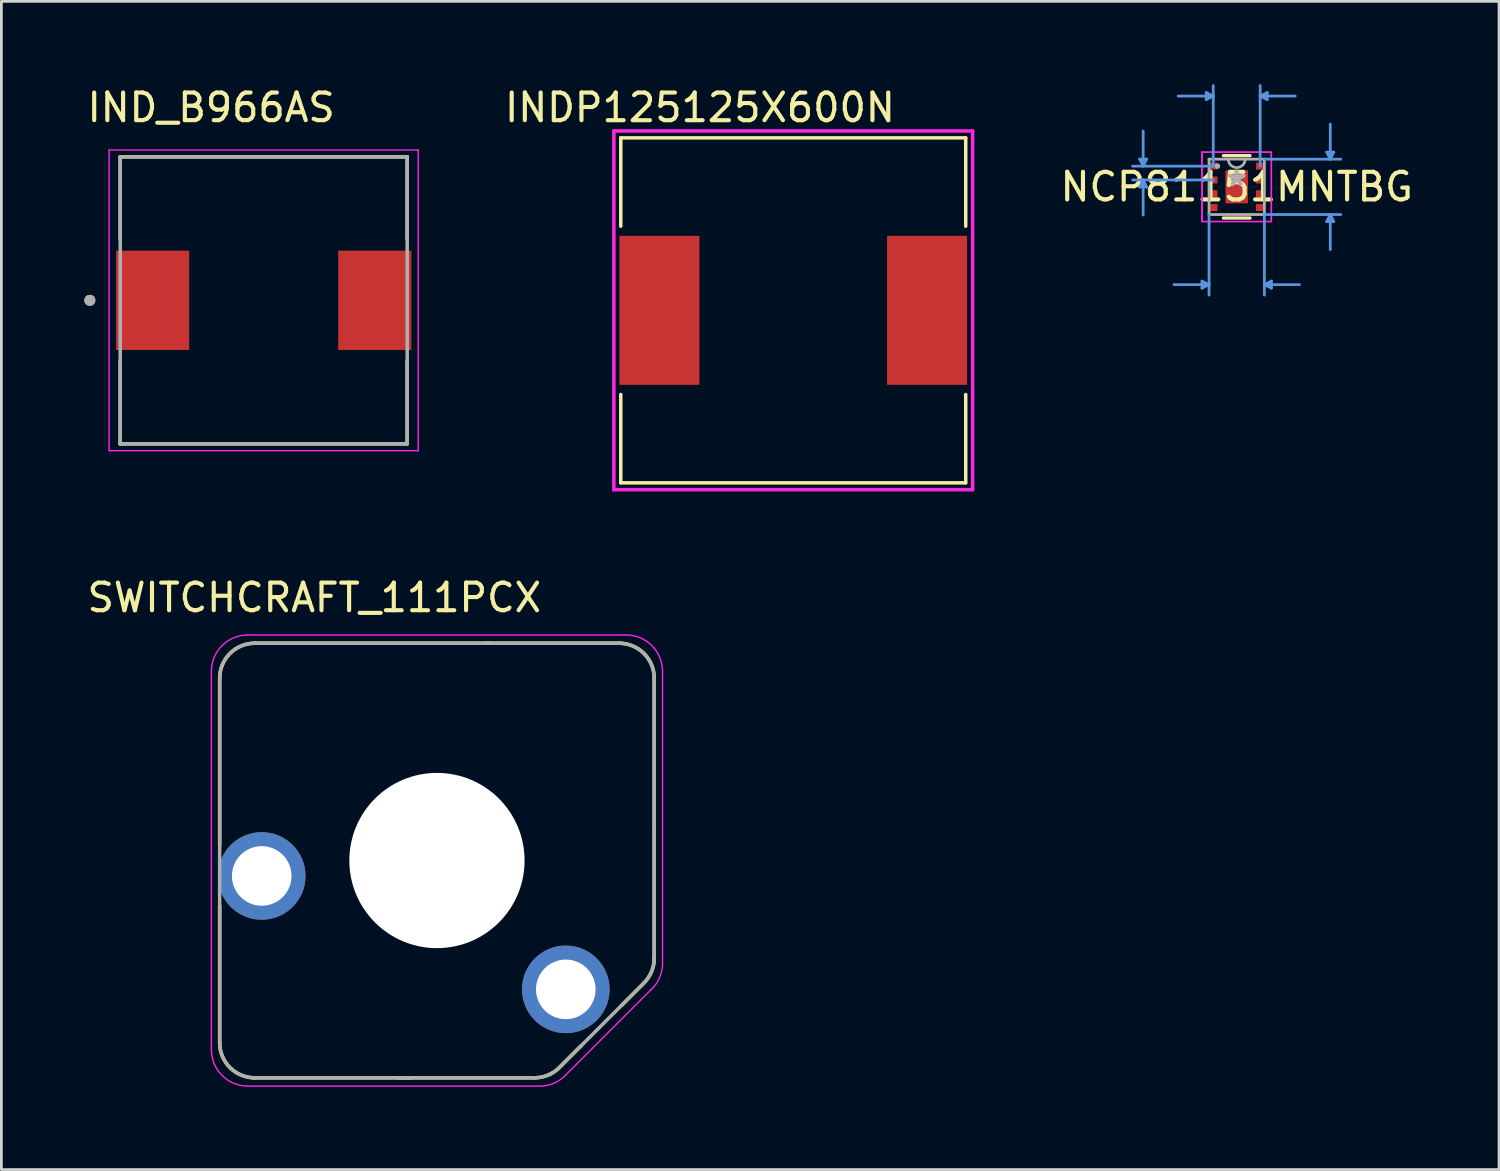
<source format=kicad_pcb>
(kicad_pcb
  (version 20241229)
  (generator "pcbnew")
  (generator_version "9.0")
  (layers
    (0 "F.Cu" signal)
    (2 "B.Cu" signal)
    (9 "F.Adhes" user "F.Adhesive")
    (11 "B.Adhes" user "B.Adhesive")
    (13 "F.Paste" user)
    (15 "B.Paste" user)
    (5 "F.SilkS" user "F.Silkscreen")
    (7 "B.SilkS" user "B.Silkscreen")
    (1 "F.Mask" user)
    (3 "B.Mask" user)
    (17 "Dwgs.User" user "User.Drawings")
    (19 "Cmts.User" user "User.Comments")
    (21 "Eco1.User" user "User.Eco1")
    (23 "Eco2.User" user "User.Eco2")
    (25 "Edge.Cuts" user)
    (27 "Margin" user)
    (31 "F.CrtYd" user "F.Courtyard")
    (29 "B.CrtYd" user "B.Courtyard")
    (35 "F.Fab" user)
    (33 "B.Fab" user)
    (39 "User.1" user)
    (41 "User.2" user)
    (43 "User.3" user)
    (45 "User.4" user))
  (footprint "INDP125125X600N"
    (layer "F.Cu")
    (at 25.695 8.196)
    (property "Reference" "INDP125125X600N" (at -3.38 -7.347 0) (layer "F.SilkS") (effects (font (size 1.002 1.002) (thickness 0.15))))
    (attr through_hole)
    (fp_line (start -6.25 -6.25) (end -6.25 -3.05) (stroke (width 0.127) (type solid)) (layer "F.SilkS"))
    (fp_line (start -6.25 -6.25) (end 6.25 -6.25) (stroke (width 0.127) (type solid)) (layer "F.SilkS"))
    (fp_line (start -6.25 3.05) (end -6.25 6.25) (stroke (width 0.127) (type solid)) (layer "F.SilkS"))
    (fp_line (start -6.25 6.25) (end 6.25 6.25) (stroke (width 0.127) (type solid)) (layer "F.SilkS"))
    (fp_line (start 6.25 -6.25) (end 6.25 -3.05) (stroke (width 0.127) (type solid)) (layer "F.SilkS"))
    (fp_line (start 6.25 3.05) (end 6.25 6.25) (stroke (width 0.127) (type solid)) (layer "F.SilkS"))
    (fp_line (start -6.5 -6.5) (end 6.5 -6.5) (stroke (width 0.127) (type solid)) (layer "F.CrtYd"))
    (fp_line (start -6.5 6.5) (end -6.5 -6.5) (stroke (width 0.127) (type solid)) (layer "F.CrtYd"))
    (fp_line (start 6.5 -6.5) (end 6.5 6.5) (stroke (width 0.127) (type solid)) (layer "F.CrtYd"))
    (fp_line (start 6.5 6.5) (end -6.5 6.5) (stroke (width 0.127) (type solid)) (layer "F.CrtYd"))
    (pad "1" smd rect (at -4.85 0) (size 2.9 5.4) (layers "F.Cu" "F.Mask" "F.Paste"))
    (pad "2" smd rect (at 4.85 0) (size 2.9 5.4) (layers "F.Cu" "F.Mask" "F.Paste")))
  (footprint "SWITCHCRAFT_111PCX"
    (layer "F.Cu")
    (at 12.784 28.133)
    (property "Reference" "SWITCHCRAFT_111PCX" (at -4.445 -9.525 0) (layer "F.SilkS") (effects (font (size 1 1) (thickness 0.15))))
    (attr through_hole)
    (fp_circle (center 0 0) (end 1.714 0) (stroke (width 3.429) (type solid)) (fill no) (layer "F.Mask"))
    (fp_circle (center 0 0) (end 1.714 0) (stroke (width 3.429) (type solid)) (fill no) (layer "B.Mask"))
    (fp_line (start -7.874 -0.55) (end -7.874 -6.604) (stroke (width 0.127) (type solid)) (layer "F.SilkS"))
    (fp_line (start -7.874 6.604) (end -7.874 1.65) (stroke (width 0.127) (type solid)) (layer "F.SilkS"))
    (fp_line (start -6.604 -7.874) (end 1.891 -7.874) (stroke (width 0.127) (type solid)) (layer "F.SilkS"))
    (fp_line (start -0.96 7.874) (end -6.604 7.874) (stroke (width 0.127) (type solid)) (layer "F.SilkS"))
    (fp_line (start 1.8 -7.874) (end 6.604 -7.874) (stroke (width 0.127) (type solid)) (layer "F.SilkS"))
    (fp_line (start 3.538 7.874) (end -1.4 7.874) (stroke (width 0.127) (type solid)) (layer "F.SilkS"))
    (fp_line (start 4.435 7.5) (end 5.225 6.71) (stroke (width 0.127) (type solid)) (layer "F.SilkS"))
    (fp_line (start 7.5 4.44) (end 6.685 5.255) (stroke (width 0.127) (type solid)) (layer "F.SilkS"))
    (fp_line (start 7.874 -6.604) (end 7.874 -1.161) (stroke (width 0.127) (type solid)) (layer "F.SilkS"))
    (fp_line (start 7.874 -1.15) (end 7.874 3.538) (stroke (width 0.127) (type solid)) (layer "F.SilkS"))
    (fp_arc (start -7.874 -6.604) (mid -7.502026 -7.502026) (end -6.604 -7.874) (stroke (width 0.127) (type solid)) (layer "F.SilkS"))
    (fp_arc (start -6.604 7.874) (mid -7.502026 7.502026) (end -7.874 6.604) (stroke (width 0.127) (type solid)) (layer "F.SilkS"))
    (fp_arc (start 4.43598 7.50202) (mid 4.023961 7.777325) (end 3.53795 7.874) (stroke (width 0.127) (type solid)) (layer "F.SilkS"))
    (fp_arc (start 6.604 -7.874) (mid 7.502026 -7.502026) (end 7.874 -6.604) (stroke (width 0.127) (type solid)) (layer "F.SilkS"))
    (fp_arc (start 7.874 3.53795) (mid 7.777324 4.023961) (end 7.50202 4.43598) (stroke (width 0.127) (type solid)) (layer "F.SilkS"))
    (fp_line (start -8.174 6.854) (end -8.174 -6.854) (stroke (width 0.05) (type solid)) (layer "F.CrtYd"))
    (fp_line (start -6.854 -8.174) (end 6.854 -8.174) (stroke (width 0.05) (type solid)) (layer "F.CrtYd"))
    (fp_line (start 3.788 8.174) (end -6.854 8.174) (stroke (width 0.05) (type solid)) (layer "F.CrtYd"))
    (fp_line (start 7.752 4.686) (end 4.686 7.752) (stroke (width 0.05) (type solid)) (layer "F.CrtYd"))
    (fp_line (start 8.174 -6.854) (end 8.174 3.788) (stroke (width 0.05) (type solid)) (layer "F.CrtYd"))
    (fp_arc (start -8.174 -6.854) (mid -7.787381 -7.787381) (end -6.854 -8.174) (stroke (width 0.05) (type solid)) (layer "F.CrtYd"))
    (fp_arc (start -6.854 8.174) (mid -7.787381 7.787381) (end -8.174 6.854) (stroke (width 0.05) (type solid)) (layer "F.CrtYd"))
    (fp_arc (start 4.68598 7.75202) (mid 4.278934 8.052325) (end 3.78795 8.174) (stroke (width 0.05) (type solid)) (layer "F.CrtYd"))
    (fp_arc (start 6.854 -8.174) (mid 7.787381 -7.787381) (end 8.174 -6.854) (stroke (width 0.05) (type solid)) (layer "F.CrtYd"))
    (fp_arc (start 8.174 3.78795) (mid 8.052325 4.278933) (end 7.75202 4.68598) (stroke (width 0.05) (type solid)) (layer "F.CrtYd"))
    (fp_line (start -7.874 6.604) (end -7.874 -6.604) (stroke (width 0.127) (type solid)) (layer "F.Fab"))
    (fp_line (start -6.604 -7.874) (end 6.604 -7.874) (stroke (width 0.127) (type solid)) (layer "F.Fab"))
    (fp_line (start 3.538 7.874) (end -6.604 7.874) (stroke (width 0.127) (type solid)) (layer "F.Fab"))
    (fp_line (start 7.502 4.436) (end 4.436 7.502) (stroke (width 0.127) (type solid)) (layer "F.Fab"))
    (fp_line (start 7.874 -6.604) (end 7.874 3.538) (stroke (width 0.127) (type solid)) (layer "F.Fab"))
    (fp_arc (start -7.874 -6.604) (mid -7.502026 -7.502026) (end -6.604 -7.874) (stroke (width 0.127) (type solid)) (layer "F.Fab"))
    (fp_arc (start -6.604 7.874) (mid -7.502026 7.502026) (end -7.874 6.604) (stroke (width 0.127) (type solid)) (layer "F.Fab"))
    (fp_arc (start 4.43598 7.50202) (mid 4.023961 7.777325) (end 3.53795 7.874) (stroke (width 0.127) (type solid)) (layer "F.Fab"))
    (fp_arc (start 6.604 -7.874) (mid 7.502026 -7.502026) (end 7.874 -6.604) (stroke (width 0.127) (type solid)) (layer "F.Fab"))
    (fp_arc (start 7.874 3.53795) (mid 7.777324 4.023961) (end 7.50202 4.43598) (stroke (width 0.127) (type solid)) (layer "F.Fab"))
    (pad "" np_thru_hole circle (at 0 0) (size 6.35 6.35) (drill 6.35) (layers "*.Cu" "*.Mask"))
    (pad "SLV" thru_hole circle (at 4.669 4.669) (size 3.175 3.175) (drill 2.159) (layers "*.Cu" "*.Mask"))
    (pad "T" thru_hole circle (at -6.35 0.559) (size 3.175 3.175) (drill 2.159) (layers "*.Cu" "*.Mask")))
  (footprint "NCP81151MNTBG"
    (layer "F.Cu")
    (at 41.765 3.721)
    (property "Reference" "NCP81151MNTBG" (at 0 0 0) (layer "F.SilkS") (effects (font (size 1 1) (thickness 0.15))))
    (attr through_hole)
    (fp_line (start -0.482 1.13) (end 0.482 1.13) (stroke (width 0.12) (type solid)) (layer "F.SilkS"))
    (fp_line (start 0.482 -1.13) (end -0.482 -1.13) (stroke (width 0.12) (type solid)) (layer "F.SilkS"))
    (fp_line (start -3.517 -1.004) (end -3.263 -1.004) (stroke (width 0.1) (type solid)) (layer "Cmts.User"))
    (fp_line (start -3.517 0.004) (end -3.263 0.004) (stroke (width 0.1) (type solid)) (layer "Cmts.User"))
    (fp_line (start -3.39 -0.75) (end -3.517 -1.004) (stroke (width 0.1) (type solid)) (layer "Cmts.User"))
    (fp_line (start -3.39 -0.75) (end -3.39 -2.02) (stroke (width 0.1) (type solid)) (layer "Cmts.User"))
    (fp_line (start -3.39 -0.75) (end -3.263 -1.004) (stroke (width 0.1) (type solid)) (layer "Cmts.User"))
    (fp_line (start -3.39 -0.25) (end -3.517 0.004) (stroke (width 0.1) (type solid)) (layer "Cmts.User"))
    (fp_line (start -3.39 -0.25) (end -3.39 1.02) (stroke (width 0.1) (type solid)) (layer "Cmts.User"))
    (fp_line (start -3.39 -0.25) (end -3.263 0.004) (stroke (width 0.1) (type solid)) (layer "Cmts.User"))
    (fp_line (start -1.257 3.416) (end -1.257 3.67) (stroke (width 0.1) (type solid)) (layer "Cmts.User"))
    (fp_line (start -1.104 -3.417) (end -1.104 -3.163) (stroke (width 0.1) (type solid)) (layer "Cmts.User"))
    (fp_line (start -1.003 1.003) (end -1.003 3.924) (stroke (width 0.1) (type solid)) (layer "Cmts.User"))
    (fp_line (start -1.003 3.543) (end -2.273 3.543) (stroke (width 0.1) (type solid)) (layer "Cmts.User"))
    (fp_line (start -1.003 3.543) (end -1.257 3.416) (stroke (width 0.1) (type solid)) (layer "Cmts.User"))
    (fp_line (start -1.003 3.543) (end -1.257 3.67) (stroke (width 0.1) (type solid)) (layer "Cmts.User"))
    (fp_line (start -0.85 -3.29) (end -2.12 -3.29) (stroke (width 0.1) (type solid)) (layer "Cmts.User"))
    (fp_line (start -0.85 -3.29) (end -1.104 -3.417) (stroke (width 0.1) (type solid)) (layer "Cmts.User"))
    (fp_line (start -0.85 -3.29) (end -1.104 -3.163) (stroke (width 0.1) (type solid)) (layer "Cmts.User"))
    (fp_line (start -0.85 -0.75) (end -3.771 -0.75) (stroke (width 0.1) (type solid)) (layer "Cmts.User"))
    (fp_line (start -0.85 -0.75) (end -0.85 -3.671) (stroke (width 0.1) (type solid)) (layer "Cmts.User"))
    (fp_line (start -0.85 -0.25) (end -3.771 -0.25) (stroke (width 0.1) (type solid)) (layer "Cmts.User"))
    (fp_line (start 0.85 -3.29) (end 1.104 -3.417) (stroke (width 0.1) (type solid)) (layer "Cmts.User"))
    (fp_line (start 0.85 -3.29) (end 1.104 -3.163) (stroke (width 0.1) (type solid)) (layer "Cmts.User"))
    (fp_line (start 0.85 -3.29) (end 2.12 -3.29) (stroke (width 0.1) (type solid)) (layer "Cmts.User"))
    (fp_line (start 0.85 -0.75) (end 0.85 -3.671) (stroke (width 0.1) (type solid)) (layer "Cmts.User"))
    (fp_line (start 1.003 -1.003) (end 3.771 -1.003) (stroke (width 0.1) (type solid)) (layer "Cmts.User"))
    (fp_line (start 1.003 1.003) (end 1.003 3.924) (stroke (width 0.1) (type solid)) (layer "Cmts.User"))
    (fp_line (start 1.003 1.003) (end 3.771 1.003) (stroke (width 0.1) (type solid)) (layer "Cmts.User"))
    (fp_line (start 1.003 3.543) (end 1.257 3.416) (stroke (width 0.1) (type solid)) (layer "Cmts.User"))
    (fp_line (start 1.003 3.543) (end 1.257 3.67) (stroke (width 0.1) (type solid)) (layer "Cmts.User"))
    (fp_line (start 1.003 3.543) (end 2.273 3.543) (stroke (width 0.1) (type solid)) (layer "Cmts.User"))
    (fp_line (start 1.104 -3.417) (end 1.104 -3.163) (stroke (width 0.1) (type solid)) (layer "Cmts.User"))
    (fp_line (start 1.257 3.416) (end 1.257 3.67) (stroke (width 0.1) (type solid)) (layer "Cmts.User"))
    (fp_line (start 3.263 -1.257) (end 3.517 -1.257) (stroke (width 0.1) (type solid)) (layer "Cmts.User"))
    (fp_line (start 3.263 1.257) (end 3.517 1.257) (stroke (width 0.1) (type solid)) (layer "Cmts.User"))
    (fp_line (start 3.39 -1.003) (end 3.263 -1.257) (stroke (width 0.1) (type solid)) (layer "Cmts.User"))
    (fp_line (start 3.39 -1.003) (end 3.39 -2.273) (stroke (width 0.1) (type solid)) (layer "Cmts.User"))
    (fp_line (start 3.39 -1.003) (end 3.517 -1.257) (stroke (width 0.1) (type solid)) (layer "Cmts.User"))
    (fp_line (start 3.39 1.003) (end 3.263 1.257) (stroke (width 0.1) (type solid)) (layer "Cmts.User"))
    (fp_line (start 3.39 1.003) (end 3.39 2.273) (stroke (width 0.1) (type solid)) (layer "Cmts.User"))
    (fp_line (start 3.39 1.003) (end 3.517 1.257) (stroke (width 0.1) (type solid)) (layer "Cmts.User"))
    (fp_line (start -1.257 -1.257) (end 1.257 -1.257) (stroke (width 0.05) (type solid)) (layer "F.CrtYd"))
    (fp_line (start -1.257 -1.257) (end 1.257 -1.257) (stroke (width 0.05) (type solid)) (layer "F.CrtYd"))
    (fp_line (start -1.257 -1.131) (end -1.257 -1.257) (stroke (width 0.05) (type solid)) (layer "F.CrtYd"))
    (fp_line (start -1.257 -1.131) (end -1.257 -1.257) (stroke (width 0.05) (type solid)) (layer "F.CrtYd"))
    (fp_line (start -1.257 -1.131) (end -1.257 -1.131) (stroke (width 0.05) (type solid)) (layer "F.CrtYd"))
    (fp_line (start -1.257 -1.131) (end -1.257 -1.131) (stroke (width 0.05) (type solid)) (layer "F.CrtYd"))
    (fp_line (start -1.257 1.131) (end -1.257 -1.131) (stroke (width 0.05) (type solid)) (layer "F.CrtYd"))
    (fp_line (start -1.257 1.131) (end -1.257 -1.131) (stroke (width 0.05) (type solid)) (layer "F.CrtYd"))
    (fp_line (start -1.257 1.131) (end -1.257 1.131) (stroke (width 0.05) (type solid)) (layer "F.CrtYd"))
    (fp_line (start -1.257 1.131) (end -1.257 1.131) (stroke (width 0.05) (type solid)) (layer "F.CrtYd"))
    (fp_line (start -1.257 1.257) (end -1.257 1.131) (stroke (width 0.05) (type solid)) (layer "F.CrtYd"))
    (fp_line (start -1.257 1.257) (end -1.257 1.131) (stroke (width 0.05) (type solid)) (layer "F.CrtYd"))
    (fp_line (start 1.257 -1.257) (end 1.257 -1.131) (stroke (width 0.05) (type solid)) (layer "F.CrtYd"))
    (fp_line (start 1.257 -1.257) (end 1.257 -1.131) (stroke (width 0.05) (type solid)) (layer "F.CrtYd"))
    (fp_line (start 1.257 -1.131) (end 1.257 -1.131) (stroke (width 0.05) (type solid)) (layer "F.CrtYd"))
    (fp_line (start 1.257 -1.131) (end 1.257 -1.131) (stroke (width 0.05) (type solid)) (layer "F.CrtYd"))
    (fp_line (start 1.257 -1.131) (end 1.257 1.131) (stroke (width 0.05) (type solid)) (layer "F.CrtYd"))
    (fp_line (start 1.257 -1.131) (end 1.257 1.131) (stroke (width 0.05) (type solid)) (layer "F.CrtYd"))
    (fp_line (start 1.257 1.131) (end 1.257 1.131) (stroke (width 0.05) (type solid)) (layer "F.CrtYd"))
    (fp_line (start 1.257 1.131) (end 1.257 1.131) (stroke (width 0.05) (type solid)) (layer "F.CrtYd"))
    (fp_line (start 1.257 1.131) (end 1.257 1.257) (stroke (width 0.05) (type solid)) (layer "F.CrtYd"))
    (fp_line (start 1.257 1.131) (end 1.257 1.257) (stroke (width 0.05) (type solid)) (layer "F.CrtYd"))
    (fp_line (start 1.257 1.257) (end -1.257 1.257) (stroke (width 0.05) (type solid)) (layer "F.CrtYd"))
    (fp_line (start 1.257 1.257) (end -1.257 1.257) (stroke (width 0.05) (type solid)) (layer "F.CrtYd"))
    (fp_line (start -1.003 -1.003) (end -1.003 1.003) (stroke (width 0.1) (type solid)) (layer "F.Fab"))
    (fp_line (start -1.003 1.003) (end 1.003 1.003) (stroke (width 0.1) (type solid)) (layer "F.Fab"))
    (fp_line (start 1.003 -1.003) (end -1.003 -1.003) (stroke (width 0.1) (type solid)) (layer "F.Fab"))
    (fp_line (start 1.003 1.003) (end 1.003 -1.003) (stroke (width 0.1) (type solid)) (layer "F.Fab"))
    (fp_arc (start 0.3048 -1.0033) (mid 0 -0.6985) (end -0.3048 -1.0033) (stroke (width 0.1) (type solid)) (layer "F.Fab"))
    (fp_circle (center -0.698 -0.75) (end -0.698 -0.75) (stroke (width 0.1) (type solid)) (fill no) (layer "F.Fab"))
    (fp_text user "*" (at 0 0 0) (layer "F.SilkS") (effects (font (size 1 1) (thickness 0.15))))
    (fp_text user "Copyright 2021 Accelerated Designs. All rights reserved." (at 0 0 0) (layer "Cmts.User") (effects (font (size 0.127 0.127) (thickness 0.002))))
    (fp_text user "*" (at 0 0 0) (layer "F.Fab") (effects (font (size 1 1) (thickness 0.15))))
    (pad "1" smd rect (at -0.85 -0.75) (size 0.305 0.254) (layers "F.Cu" "F.Mask" "F.Paste"))
    (pad "2" smd rect (at -0.85 -0.25) (size 0.305 0.254) (layers "F.Cu" "F.Mask" "F.Paste"))
    (pad "3" smd rect (at -0.85 0.25) (size 0.305 0.254) (layers "F.Cu" "F.Mask" "F.Paste"))
    (pad "4" smd rect (at -0.85 0.75) (size 0.305 0.254) (layers "F.Cu" "F.Mask" "F.Paste"))
    (pad "5" smd rect (at 0.85 0.75) (size 0.305 0.254) (layers "F.Cu" "F.Mask" "F.Paste"))
    (pad "6" smd rect (at 0.85 0.25) (size 0.305 0.254) (layers "F.Cu" "F.Mask" "F.Paste"))
    (pad "7" smd rect (at 0.85 -0.25) (size 0.305 0.254) (layers "F.Cu" "F.Mask" "F.Paste"))
    (pad "8" smd rect (at 0.85 -0.75) (size 0.305 0.254) (layers "F.Cu" "F.Mask" "F.Paste"))
    (pad "9" smd rect (at 0 0) (size 0.813 1.194) (layers "F.Cu" "F.Mask")))
  (footprint "IND_B966AS"
    (layer "F.Cu")
    (at 6.506 7.833)
    (property "Reference" "IND_B966AS" (at -1.905 -6.985 0) (layer "F.SilkS") (effects (font (size 1 1) (thickness 0.15))))
    (attr through_hole)
    (fp_line (start -5.2 -5.2) (end 5.2 -5.2) (stroke (width 0.127) (type solid)) (layer "F.SilkS"))
    (fp_line (start -5.2 -2.2) (end -5.2 -5.2) (stroke (width 0.127) (type solid)) (layer "F.SilkS"))
    (fp_line (start -5.2 2.2) (end -5.2 5.2) (stroke (width 0.127) (type solid)) (layer "F.SilkS"))
    (fp_line (start -5.2 5.2) (end 5.2 5.2) (stroke (width 0.127) (type solid)) (layer "F.SilkS"))
    (fp_line (start 5.2 -5.2) (end 5.2 -2.2) (stroke (width 0.127) (type solid)) (layer "F.SilkS"))
    (fp_line (start 5.2 5.2) (end 5.2 2.2) (stroke (width 0.127) (type solid)) (layer "F.SilkS"))
    (fp_circle (center -6.3 0) (end -6.2 0) (stroke (width 0.2) (type solid)) (fill no) (layer "F.SilkS"))
    (fp_line (start -5.6 -5.45) (end 5.6 -5.45) (stroke (width 0.05) (type solid)) (layer "F.CrtYd"))
    (fp_line (start -5.6 5.45) (end -5.6 -5.45) (stroke (width 0.05) (type solid)) (layer "F.CrtYd"))
    (fp_line (start 5.6 -5.45) (end 5.6 5.45) (stroke (width 0.05) (type solid)) (layer "F.CrtYd"))
    (fp_line (start 5.6 5.45) (end -5.6 5.45) (stroke (width 0.05) (type solid)) (layer "F.CrtYd"))
    (fp_line (start -5.2 -5.2) (end 5.2 -5.2) (stroke (width 0.127) (type solid)) (layer "F.Fab"))
    (fp_line (start -5.2 5.2) (end -5.2 -5.2) (stroke (width 0.127) (type solid)) (layer "F.Fab"))
    (fp_line (start 5.2 -5.2) (end 5.2 5.2) (stroke (width 0.127) (type solid)) (layer "F.Fab"))
    (fp_line (start 5.2 5.2) (end -5.2 5.2) (stroke (width 0.127) (type solid)) (layer "F.Fab"))
    (fp_circle (center -6.3 0) (end -6.2 0) (stroke (width 0.2) (type solid)) (fill no) (layer "F.Fab"))
    (pad "1" smd rect (at -4.025 0) (size 2.65 3.6) (layers "F.Cu" "F.Mask" "F.Paste"))
    (pad "2" smd rect (at 4.025 0) (size 2.65 3.6) (layers "F.Cu" "F.Mask" "F.Paste")))
  (gr_rect
    (start -3 -3)
    (end 51.271 39.332)
    (stroke (width 0.1) (type default))
    (fill no)
    (layer "Edge.Cuts")))
</source>
